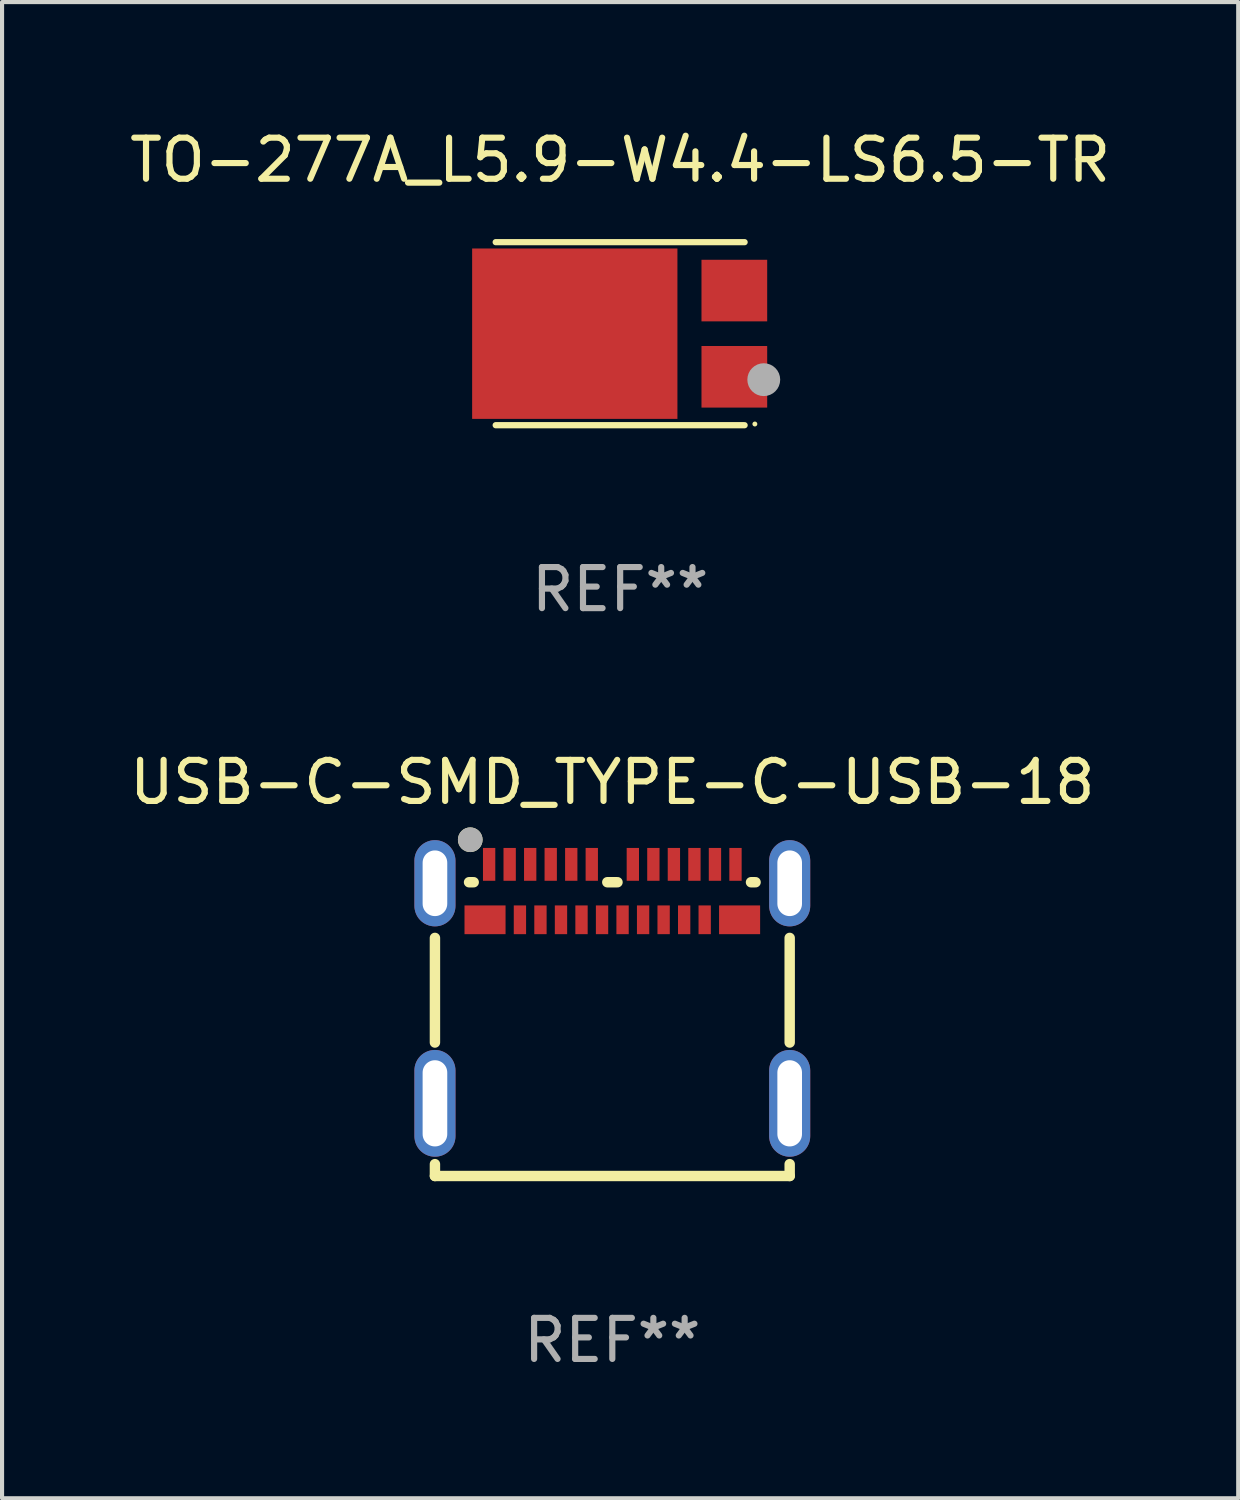
<source format=kicad_pcb>
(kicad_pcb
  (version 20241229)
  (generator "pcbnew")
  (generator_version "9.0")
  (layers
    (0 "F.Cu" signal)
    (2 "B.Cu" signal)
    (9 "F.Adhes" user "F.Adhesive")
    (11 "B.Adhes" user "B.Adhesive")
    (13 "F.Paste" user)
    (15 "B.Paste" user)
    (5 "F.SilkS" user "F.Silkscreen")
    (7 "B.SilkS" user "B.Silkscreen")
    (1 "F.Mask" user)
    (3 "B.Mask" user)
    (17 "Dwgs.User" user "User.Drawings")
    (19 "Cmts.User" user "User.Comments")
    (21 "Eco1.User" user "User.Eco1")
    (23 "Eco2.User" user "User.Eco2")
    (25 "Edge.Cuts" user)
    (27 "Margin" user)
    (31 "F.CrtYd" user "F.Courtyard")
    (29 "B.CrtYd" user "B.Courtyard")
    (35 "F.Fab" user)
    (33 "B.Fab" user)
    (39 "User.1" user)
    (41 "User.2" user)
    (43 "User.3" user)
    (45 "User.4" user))
  (footprint "USB-C-SMD_TYPE-C-USB-18"
    (layer "F.Cu")
    (at 11.863 20.912)
    (property "Reference" "USB-C-SMD_TYPE-C-USB-18" (at 0 -4.91 0) (layer "F.SilkS") (effects (font (size 1 1) (thickness 0.15))))
    (attr through_hole)
    (fp_line (start -4.32 1.429) (end -4.32 -1.119) (stroke (width 0.254) (type solid)) (layer "F.SilkS"))
    (fp_line (start -4.32 4.68) (end -4.32 4.391) (stroke (width 0.254) (type solid)) (layer "F.SilkS"))
    (fp_line (start -3.489 -2.475) (end -3.376 -2.475) (stroke (width 0.254) (type solid)) (layer "F.SilkS"))
    (fp_line (start -0.122 -2.475) (end 0.126 -2.475) (stroke (width 0.254) (type solid)) (layer "F.SilkS"))
    (fp_line (start 3.378 -2.475) (end 3.489 -2.475) (stroke (width 0.254) (type solid)) (layer "F.SilkS"))
    (fp_line (start 4.32 -1.119) (end 4.32 1.429) (stroke (width 0.254) (type solid)) (layer "F.SilkS"))
    (fp_line (start 4.32 4.391) (end 4.32 4.68) (stroke (width 0.254) (type solid)) (layer "F.SilkS"))
    (fp_line (start 4.32 4.68) (end -4.32 4.68) (stroke (width 0.254) (type solid)) (layer "F.SilkS"))
    (fp_circle (center -4.48 -3.025) (end -4.45 -3.025) (stroke (width 0.06) (type solid)) (fill no) (layer "F.SilkS"))
    (fp_circle (center -3.46 -3.51) (end -3.31 -3.51) (stroke (width 0.3) (type solid)) (fill no) (layer "F.SilkS"))
    (fp_circle (center -3.46 -3.51) (end -3.31 -3.51) (stroke (width 0.3) (type solid)) (fill no) (layer "F.Fab"))
    (fp_text user "REF**" (at 0 8.68 0) (layer "F.Fab") (effects (font (size 1 1) (thickness 0.15))))
    (pad "0" thru_hole oval (at -4.32 -2.45) (size 1 2.1) (drill oval 0.6 1.6) (layers "*.Cu" "*.Mask"))
    (pad "0" thru_hole oval (at -4.32 2.91) (size 1 2.6) (drill oval 0.6 2.1) (layers "*.Cu" "*.Mask"))
    (pad "0" thru_hole oval (at 4.32 -2.45) (size 1 2.1) (drill oval 0.6 1.6) (layers "*.Cu" "*.Mask"))
    (pad "0" thru_hole oval (at 4.32 2.91) (size 1 2.6) (drill oval 0.6 2.1) (layers "*.Cu" "*.Mask"))
    (pad "A1" smd rect (at -3 -2.91) (size 0.3 0.8) (layers "F.Cu" "F.Mask" "F.Paste"))
    (pad "A2" smd rect (at -2.5 -2.91) (size 0.3 0.8) (layers "F.Cu" "F.Mask" "F.Paste"))
    (pad "A3" smd rect (at -2 -2.91) (size 0.3 0.8) (layers "F.Cu" "F.Mask" "F.Paste"))
    (pad "A4" smd rect (at -1.5 -2.91) (size 0.3 0.8) (layers "F.Cu" "F.Mask" "F.Paste"))
    (pad "A5" smd rect (at -1 -2.91) (size 0.3 0.8) (layers "F.Cu" "F.Mask" "F.Paste"))
    (pad "A6" smd rect (at -0.5 -2.91) (size 0.3 0.8) (layers "F.Cu" "F.Mask" "F.Paste"))
    (pad "A7" smd rect (at 0.5 -2.91) (size 0.3 0.8) (layers "F.Cu" "F.Mask" "F.Paste"))
    (pad "A8" smd rect (at 1 -2.91) (size 0.3 0.8) (layers "F.Cu" "F.Mask" "F.Paste"))
    (pad "A9" smd rect (at 1.5 -2.91) (size 0.3 0.8) (layers "F.Cu" "F.Mask" "F.Paste"))
    (pad "A10" smd rect (at 2 -2.91) (size 0.3 0.8) (layers "F.Cu" "F.Mask" "F.Paste"))
    (pad "A11" smd rect (at 2.5 -2.91) (size 0.3 0.8) (layers "F.Cu" "F.Mask" "F.Paste"))
    (pad "A12" smd rect (at 3 -2.91) (size 0.3 0.8) (layers "F.Cu" "F.Mask" "F.Paste"))
    (pad "B1" smd rect (at 3.1 -1.56) (size 1 0.7) (layers "F.Cu" "F.Mask" "F.Paste"))
    (pad "B2" smd rect (at 2.25 -1.56) (size 0.3 0.7) (layers "F.Cu" "F.Mask" "F.Paste"))
    (pad "B3" smd rect (at 1.75 -1.56) (size 0.3 0.7) (layers "F.Cu" "F.Mask" "F.Paste"))
    (pad "B4" smd rect (at 1.25 -1.56) (size 0.3 0.7) (layers "F.Cu" "F.Mask" "F.Paste"))
    (pad "B5" smd rect (at 0.75 -1.56) (size 0.3 0.7) (layers "F.Cu" "F.Mask" "F.Paste"))
    (pad "B6" smd rect (at 0.25 -1.56) (size 0.3 0.7) (layers "F.Cu" "F.Mask" "F.Paste"))
    (pad "B7" smd rect (at -0.25 -1.56) (size 0.3 0.7) (layers "F.Cu" "F.Mask" "F.Paste"))
    (pad "B8" smd rect (at -0.75 -1.56) (size 0.3 0.7) (layers "F.Cu" "F.Mask" "F.Paste"))
    (pad "B9" smd rect (at -1.25 -1.56) (size 0.3 0.7) (layers "F.Cu" "F.Mask" "F.Paste"))
    (pad "B10" smd rect (at -1.75 -1.56) (size 0.3 0.7) (layers "F.Cu" "F.Mask" "F.Paste"))
    (pad "B11" smd rect (at -2.25 -1.56) (size 0.3 0.7) (layers "F.Cu" "F.Mask" "F.Paste"))
    (pad "B12" smd rect (at -3.1 -1.56) (size 1 0.7) (layers "F.Cu" "F.Mask" "F.Paste")))
  (footprint "TO-277A_L5.9-W4.4-LS6.5-TR"
    (layer "F.Cu")
    (at 12.892 5.077)
    (property "Reference" "TO-277A_L5.9-W4.4-LS6.5-TR" (at -0.838 -4.229 0) (layer "F.SilkS") (effects (font (size 1 1) (thickness 0.15))))
    (attr through_hole)
    (fp_line (start 2.193 -2.229) (end -3.869 -2.229) (stroke (width 0.152) (type solid)) (layer "F.SilkS"))
    (fp_line (start 2.193 2.229) (end -3.869 2.229) (stroke (width 0.152) (type solid)) (layer "F.SilkS"))
    (fp_circle (center 2.443 2.2) (end 2.473 2.2) (stroke (width 0.06) (type solid)) (fill no) (layer "F.SilkS"))
    (fp_circle (center 2.66 1.12) (end 2.86 1.12) (stroke (width 0.4) (type solid)) (fill no) (layer "F.Fab"))
    (fp_text user "REF**" (at -0.838 6.229 0) (layer "F.Fab") (effects (font (size 1 1) (thickness 0.15))))
    (pad "1" smd rect (at 1.943 1.05) (size 1.6 1.5) (layers "F.Cu" "F.Mask" "F.Paste"))
    (pad "2" smd rect (at 1.943 -1.05) (size 1.6 1.5) (layers "F.Cu" "F.Mask" "F.Paste"))
    (pad "3" smd rect (at -1.943 0) (size 5 4.15) (layers "F.Cu" "F.Mask" "F.Paste")))
  (gr_rect
    (start -3 -3)
    (end 27.107 33.44)
    (stroke (width 0.1) (type default))
    (fill no)
    (layer "Edge.Cuts")))
</source>
